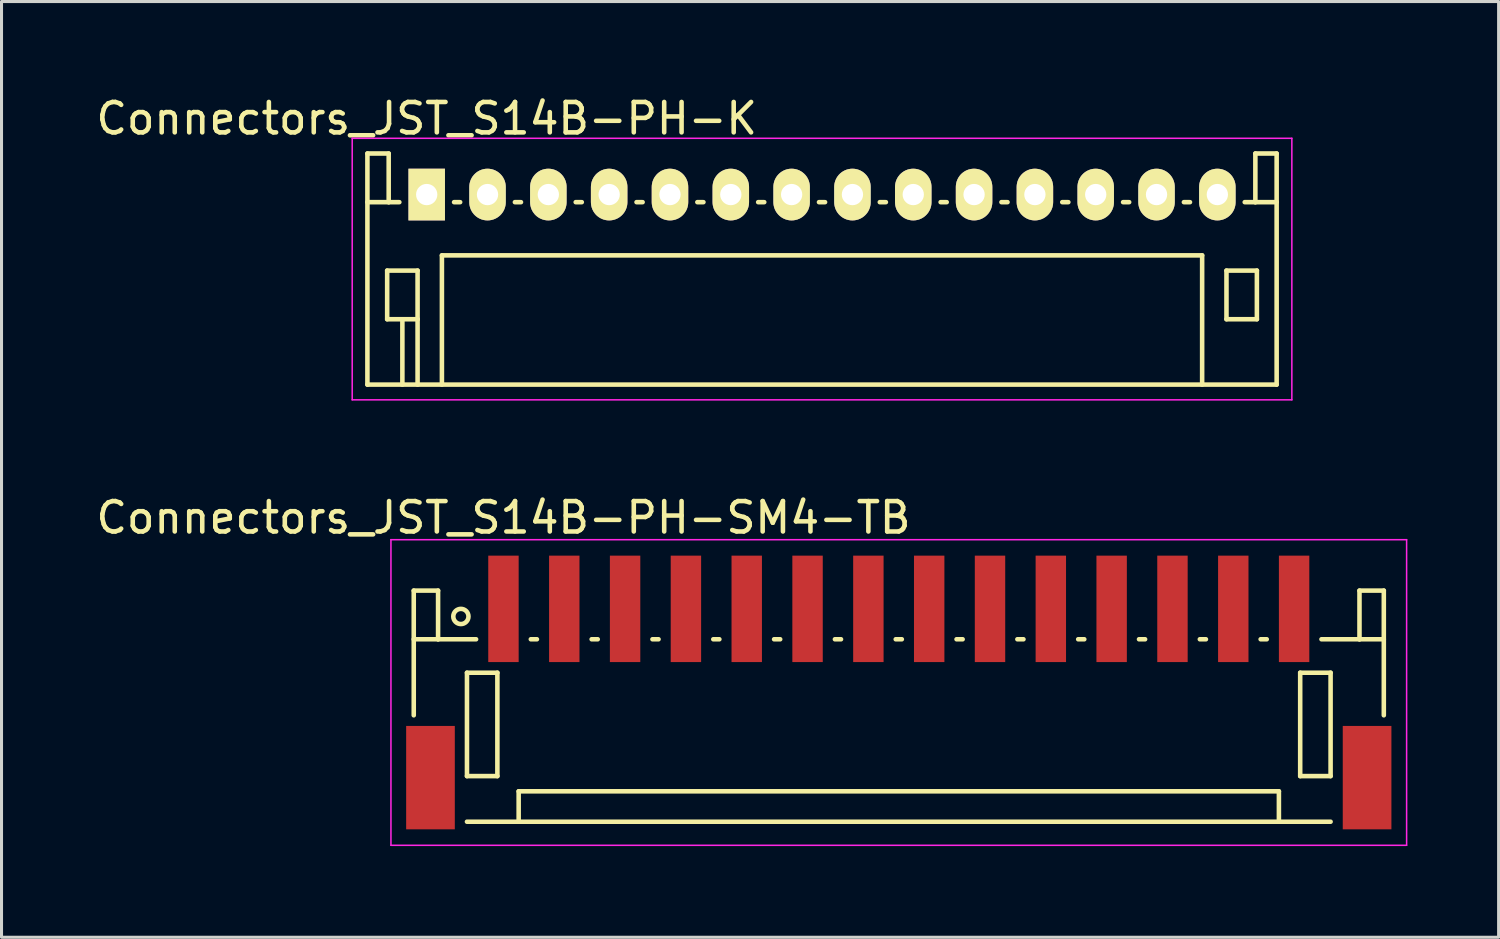
<source format=kicad_pcb>
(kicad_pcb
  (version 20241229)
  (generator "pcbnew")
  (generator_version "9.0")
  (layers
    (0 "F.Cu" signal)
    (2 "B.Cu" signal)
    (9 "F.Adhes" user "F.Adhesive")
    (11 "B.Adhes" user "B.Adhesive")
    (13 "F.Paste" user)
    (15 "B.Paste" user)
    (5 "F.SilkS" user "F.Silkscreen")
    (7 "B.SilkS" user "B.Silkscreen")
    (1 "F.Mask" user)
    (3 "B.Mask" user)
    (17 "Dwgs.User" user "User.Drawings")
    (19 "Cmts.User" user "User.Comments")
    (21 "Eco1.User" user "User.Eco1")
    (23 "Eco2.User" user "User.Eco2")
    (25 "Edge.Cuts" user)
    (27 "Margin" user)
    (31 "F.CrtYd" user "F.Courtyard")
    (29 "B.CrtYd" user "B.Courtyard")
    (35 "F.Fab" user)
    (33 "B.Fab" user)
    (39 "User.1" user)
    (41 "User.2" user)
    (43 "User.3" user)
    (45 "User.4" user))
  (footprint "Connectors_JST_S14B-PH-K"
    (layer "F.Cu")
    (at 10.982 3.348)
    (property "Reference" "Connectors_JST_S14B-PH-K" (at 0 -2.5 0) (layer "F.SilkS") (effects (font (size 1 1) (thickness 0.15))))
    (attr through_hole)
    (fp_line (start -1.95 -1.35) (end -1.95 6.25) (stroke (width 0.15) (type solid)) (layer "F.SilkS"))
    (fp_line (start -1.95 0.25) (end -1.25 0.25) (stroke (width 0.15) (type solid)) (layer "F.SilkS"))
    (fp_line (start -1.95 6.25) (end 27.95 6.25) (stroke (width 0.15) (type solid)) (layer "F.SilkS"))
    (fp_line (start -1.3 2.5) (end -1.3 4.1) (stroke (width 0.15) (type solid)) (layer "F.SilkS"))
    (fp_line (start -1.3 4.1) (end -0.3 4.1) (stroke (width 0.15) (type solid)) (layer "F.SilkS"))
    (fp_line (start -1.25 -1.35) (end -1.95 -1.35) (stroke (width 0.15) (type solid)) (layer "F.SilkS"))
    (fp_line (start -1.25 0.25) (end -1.25 -1.35) (stroke (width 0.15) (type solid)) (layer "F.SilkS"))
    (fp_line (start -0.9 0.25) (end -1.25 0.25) (stroke (width 0.15) (type solid)) (layer "F.SilkS"))
    (fp_line (start -0.8 4.1) (end -0.8 6.25) (stroke (width 0.15) (type solid)) (layer "F.SilkS"))
    (fp_line (start -0.3 2.5) (end -1.3 2.5) (stroke (width 0.15) (type solid)) (layer "F.SilkS"))
    (fp_line (start -0.3 4.1) (end -0.3 2.5) (stroke (width 0.15) (type solid)) (layer "F.SilkS"))
    (fp_line (start -0.3 4.1) (end -0.3 6.25) (stroke (width 0.15) (type solid)) (layer "F.SilkS"))
    (fp_line (start 0.5 2) (end 25.5 2) (stroke (width 0.15) (type solid)) (layer "F.SilkS"))
    (fp_line (start 0.5 6.25) (end 0.5 2) (stroke (width 0.15) (type solid)) (layer "F.SilkS"))
    (fp_line (start 0.9 0.25) (end 1.1 0.25) (stroke (width 0.15) (type solid)) (layer "F.SilkS"))
    (fp_line (start 2.9 0.25) (end 3.1 0.25) (stroke (width 0.15) (type solid)) (layer "F.SilkS"))
    (fp_line (start 4.9 0.25) (end 5.1 0.25) (stroke (width 0.15) (type solid)) (layer "F.SilkS"))
    (fp_line (start 6.9 0.25) (end 7.1 0.25) (stroke (width 0.15) (type solid)) (layer "F.SilkS"))
    (fp_line (start 8.9 0.25) (end 9.1 0.25) (stroke (width 0.15) (type solid)) (layer "F.SilkS"))
    (fp_line (start 10.9 0.25) (end 11.1 0.25) (stroke (width 0.15) (type solid)) (layer "F.SilkS"))
    (fp_line (start 12.9 0.25) (end 13.1 0.25) (stroke (width 0.15) (type solid)) (layer "F.SilkS"))
    (fp_line (start 14.9 0.25) (end 15.1 0.25) (stroke (width 0.15) (type solid)) (layer "F.SilkS"))
    (fp_line (start 16.9 0.25) (end 17.1 0.25) (stroke (width 0.15) (type solid)) (layer "F.SilkS"))
    (fp_line (start 18.9 0.25) (end 19.1 0.25) (stroke (width 0.15) (type solid)) (layer "F.SilkS"))
    (fp_line (start 20.9 0.25) (end 21.1 0.25) (stroke (width 0.15) (type solid)) (layer "F.SilkS"))
    (fp_line (start 22.9 0.25) (end 23.1 0.25) (stroke (width 0.15) (type solid)) (layer "F.SilkS"))
    (fp_line (start 24.9 0.25) (end 25.1 0.25) (stroke (width 0.15) (type solid)) (layer "F.SilkS"))
    (fp_line (start 25.5 2) (end 25.5 6.25) (stroke (width 0.15) (type solid)) (layer "F.SilkS"))
    (fp_line (start 26.3 2.5) (end 27.3 2.5) (stroke (width 0.15) (type solid)) (layer "F.SilkS"))
    (fp_line (start 26.3 4.1) (end 26.3 2.5) (stroke (width 0.15) (type solid)) (layer "F.SilkS"))
    (fp_line (start 27.25 -1.35) (end 27.25 0.25) (stroke (width 0.15) (type solid)) (layer "F.SilkS"))
    (fp_line (start 27.25 0.25) (end 26.9 0.25) (stroke (width 0.15) (type solid)) (layer "F.SilkS"))
    (fp_line (start 27.3 2.5) (end 27.3 4.1) (stroke (width 0.15) (type solid)) (layer "F.SilkS"))
    (fp_line (start 27.3 4.1) (end 26.3 4.1) (stroke (width 0.15) (type solid)) (layer "F.SilkS"))
    (fp_line (start 27.95 -1.35) (end 27.25 -1.35) (stroke (width 0.15) (type solid)) (layer "F.SilkS"))
    (fp_line (start 27.95 0.25) (end 27.25 0.25) (stroke (width 0.15) (type solid)) (layer "F.SilkS"))
    (fp_line (start 27.95 6.25) (end 27.95 -1.35) (stroke (width 0.15) (type solid)) (layer "F.SilkS"))
    (fp_line (start -2.45 -1.85) (end 28.45 -1.85) (stroke (width 0.05) (type solid)) (layer "F.CrtYd"))
    (fp_line (start -2.45 6.75) (end -2.45 -1.85) (stroke (width 0.05) (type solid)) (layer "F.CrtYd"))
    (fp_line (start 28.45 -1.85) (end 28.45 6.75) (stroke (width 0.05) (type solid)) (layer "F.CrtYd"))
    (fp_line (start 28.45 6.75) (end -2.45 6.75) (stroke (width 0.05) (type solid)) (layer "F.CrtYd"))
    (pad "1" thru_hole rect (at 0 0) (size 1.2 1.7) (drill 0.7) (layers "*.Cu" "*.Mask" "F.SilkS"))
    (pad "2" thru_hole oval (at 2 0) (size 1.2 1.7) (drill 0.7) (layers "*.Cu" "*.Mask" "F.SilkS"))
    (pad "3" thru_hole oval (at 4 0) (size 1.2 1.7) (drill 0.7) (layers "*.Cu" "*.Mask" "F.SilkS"))
    (pad "4" thru_hole oval (at 6 0) (size 1.2 1.7) (drill 0.7) (layers "*.Cu" "*.Mask" "F.SilkS"))
    (pad "5" thru_hole oval (at 8 0) (size 1.2 1.7) (drill 0.7) (layers "*.Cu" "*.Mask" "F.SilkS"))
    (pad "6" thru_hole oval (at 10 0) (size 1.2 1.7) (drill 0.7) (layers "*.Cu" "*.Mask" "F.SilkS"))
    (pad "7" thru_hole oval (at 12 0) (size 1.2 1.7) (drill 0.7) (layers "*.Cu" "*.Mask" "F.SilkS"))
    (pad "8" thru_hole oval (at 14 0) (size 1.2 1.7) (drill 0.7) (layers "*.Cu" "*.Mask" "F.SilkS"))
    (pad "9" thru_hole oval (at 16 0) (size 1.2 1.7) (drill 0.7) (layers "*.Cu" "*.Mask" "F.SilkS"))
    (pad "10" thru_hole oval (at 18 0) (size 1.2 1.7) (drill 0.7) (layers "*.Cu" "*.Mask" "F.SilkS"))
    (pad "11" thru_hole oval (at 20 0) (size 1.2 1.7) (drill 0.7) (layers "*.Cu" "*.Mask" "F.SilkS"))
    (pad "12" thru_hole oval (at 22 0) (size 1.2 1.7) (drill 0.7) (layers "*.Cu" "*.Mask" "F.SilkS"))
    (pad "13" thru_hole oval (at 24 0) (size 1.2 1.7) (drill 0.7) (layers "*.Cu" "*.Mask" "F.SilkS"))
    (pad "14" thru_hole oval (at 26 0) (size 1.2 1.7) (drill 0.7) (layers "*.Cu" "*.Mask" "F.SilkS")))
  (footprint "Connectors_JST_S14B-PH-SM4-TB"
    (layer "F.Cu")
    (at 26.506 19.747)
    (property "Reference" "Connectors_JST_S14B-PH-SM4-TB" (at -13 -5.775 0) (layer "F.SilkS") (effects (font (size 1 1) (thickness 0.15))))
    (attr smd)
    (fp_line (start -15.95 -3.375) (end -15.95 0.725) (stroke (width 0.15) (type solid)) (layer "F.SilkS"))
    (fp_line (start -15.15 -3.375) (end -15.95 -3.375) (stroke (width 0.15) (type solid)) (layer "F.SilkS"))
    (fp_line (start -15.15 -1.775) (end -15.95 -1.775) (stroke (width 0.15) (type solid)) (layer "F.SilkS"))
    (fp_line (start -15.15 -1.775) (end -15.15 -3.375) (stroke (width 0.15) (type solid)) (layer "F.SilkS"))
    (fp_line (start -14.2 -0.675) (end -14.2 2.725) (stroke (width 0.15) (type solid)) (layer "F.SilkS"))
    (fp_line (start -14.2 2.725) (end -13.2 2.725) (stroke (width 0.15) (type solid)) (layer "F.SilkS"))
    (fp_line (start -14.2 4.225) (end 14.2 4.225) (stroke (width 0.15) (type solid)) (layer "F.SilkS"))
    (fp_line (start -13.9 -1.775) (end -15.15 -1.775) (stroke (width 0.15) (type solid)) (layer "F.SilkS"))
    (fp_line (start -13.2 -0.675) (end -14.2 -0.675) (stroke (width 0.15) (type solid)) (layer "F.SilkS"))
    (fp_line (start -13.2 2.725) (end -13.2 -0.675) (stroke (width 0.15) (type solid)) (layer "F.SilkS"))
    (fp_line (start -12.5 3.225) (end 12.5 3.225) (stroke (width 0.15) (type solid)) (layer "F.SilkS"))
    (fp_line (start -12.5 4.225) (end -12.5 3.225) (stroke (width 0.15) (type solid)) (layer "F.SilkS"))
    (fp_line (start -12.1 -1.775) (end -11.9 -1.775) (stroke (width 0.15) (type solid)) (layer "F.SilkS"))
    (fp_line (start -10.1 -1.775) (end -9.9 -1.775) (stroke (width 0.15) (type solid)) (layer "F.SilkS"))
    (fp_line (start -8.1 -1.775) (end -7.9 -1.775) (stroke (width 0.15) (type solid)) (layer "F.SilkS"))
    (fp_line (start -6.1 -1.775) (end -5.9 -1.775) (stroke (width 0.15) (type solid)) (layer "F.SilkS"))
    (fp_line (start -4.1 -1.775) (end -3.9 -1.775) (stroke (width 0.15) (type solid)) (layer "F.SilkS"))
    (fp_line (start -2.1 -1.775) (end -1.9 -1.775) (stroke (width 0.15) (type solid)) (layer "F.SilkS"))
    (fp_line (start -0.1 -1.775) (end 0.1 -1.775) (stroke (width 0.15) (type solid)) (layer "F.SilkS"))
    (fp_line (start 1.9 -1.775) (end 2.1 -1.775) (stroke (width 0.15) (type solid)) (layer "F.SilkS"))
    (fp_line (start 3.9 -1.775) (end 4.1 -1.775) (stroke (width 0.15) (type solid)) (layer "F.SilkS"))
    (fp_line (start 5.9 -1.775) (end 6.1 -1.775) (stroke (width 0.15) (type solid)) (layer "F.SilkS"))
    (fp_line (start 7.9 -1.775) (end 8.1 -1.775) (stroke (width 0.15) (type solid)) (layer "F.SilkS"))
    (fp_line (start 9.9 -1.775) (end 10.1 -1.775) (stroke (width 0.15) (type solid)) (layer "F.SilkS"))
    (fp_line (start 11.9 -1.775) (end 12.1 -1.775) (stroke (width 0.15) (type solid)) (layer "F.SilkS"))
    (fp_line (start 12.5 3.225) (end 12.5 4.225) (stroke (width 0.15) (type solid)) (layer "F.SilkS"))
    (fp_line (start 13.2 -0.675) (end 14.2 -0.675) (stroke (width 0.15) (type solid)) (layer "F.SilkS"))
    (fp_line (start 13.2 2.725) (end 13.2 -0.675) (stroke (width 0.15) (type solid)) (layer "F.SilkS"))
    (fp_line (start 13.9 -1.775) (end 15.15 -1.775) (stroke (width 0.15) (type solid)) (layer "F.SilkS"))
    (fp_line (start 14.2 -0.675) (end 14.2 2.725) (stroke (width 0.15) (type solid)) (layer "F.SilkS"))
    (fp_line (start 14.2 2.725) (end 13.2 2.725) (stroke (width 0.15) (type solid)) (layer "F.SilkS"))
    (fp_line (start 15.15 -3.375) (end 15.95 -3.375) (stroke (width 0.15) (type solid)) (layer "F.SilkS"))
    (fp_line (start 15.15 -1.775) (end 15.15 -3.375) (stroke (width 0.15) (type solid)) (layer "F.SilkS"))
    (fp_line (start 15.15 -1.775) (end 15.95 -1.775) (stroke (width 0.15) (type solid)) (layer "F.SilkS"))
    (fp_line (start 15.95 -3.375) (end 15.95 0.725) (stroke (width 0.15) (type solid)) (layer "F.SilkS"))
    (fp_circle (center -14.4 -2.525) (end -14.15 -2.525) (stroke (width 0.15) (type solid)) (fill no) (layer "F.SilkS"))
    (fp_line (start -16.7 -5.05) (end 16.7 -5.05) (stroke (width 0.05) (type solid)) (layer "F.CrtYd"))
    (fp_line (start -16.7 5) (end -16.7 -5.05) (stroke (width 0.05) (type solid)) (layer "F.CrtYd"))
    (fp_line (start 16.7 -5.05) (end 16.7 5) (stroke (width 0.05) (type solid)) (layer "F.CrtYd"))
    (fp_line (start 16.7 5) (end -16.7 5) (stroke (width 0.05) (type solid)) (layer "F.CrtYd"))
    (pad "" smd rect (at -15.4 2.775) (size 1.6 3.4) (layers "F.Cu" "F.Mask" "F.Paste"))
    (pad "" smd rect (at 15.4 2.775) (size 1.6 3.4) (layers "F.Cu" "F.Mask" "F.Paste"))
    (pad "1" smd rect (at -13 -2.775) (size 1 3.5) (layers "F.Cu" "F.Mask" "F.Paste"))
    (pad "2" smd rect (at -11 -2.775) (size 1 3.5) (layers "F.Cu" "F.Mask" "F.Paste"))
    (pad "3" smd rect (at -9 -2.775) (size 1 3.5) (layers "F.Cu" "F.Mask" "F.Paste"))
    (pad "4" smd rect (at -7 -2.775) (size 1 3.5) (layers "F.Cu" "F.Mask" "F.Paste"))
    (pad "5" smd rect (at -5 -2.775) (size 1 3.5) (layers "F.Cu" "F.Mask" "F.Paste"))
    (pad "6" smd rect (at -3 -2.775) (size 1 3.5) (layers "F.Cu" "F.Mask" "F.Paste"))
    (pad "7" smd rect (at -1 -2.775) (size 1 3.5) (layers "F.Cu" "F.Mask" "F.Paste"))
    (pad "8" smd rect (at 1 -2.775) (size 1 3.5) (layers "F.Cu" "F.Mask" "F.Paste"))
    (pad "9" smd rect (at 3 -2.775) (size 1 3.5) (layers "F.Cu" "F.Mask" "F.Paste"))
    (pad "10" smd rect (at 5 -2.775) (size 1 3.5) (layers "F.Cu" "F.Mask" "F.Paste"))
    (pad "11" smd rect (at 7 -2.775) (size 1 3.5) (layers "F.Cu" "F.Mask" "F.Paste"))
    (pad "12" smd rect (at 9 -2.775) (size 1 3.5) (layers "F.Cu" "F.Mask" "F.Paste"))
    (pad "13" smd rect (at 11 -2.775) (size 1 3.5) (layers "F.Cu" "F.Mask" "F.Paste"))
    (pad "14" smd rect (at 13 -2.775) (size 1 3.5) (layers "F.Cu" "F.Mask" "F.Paste")))
  (gr_rect
    (start -3 -3)
    (end 46.231 27.771)
    (stroke (width 0.1) (type default))
    (fill no)
    (layer "Edge.Cuts")))
</source>
